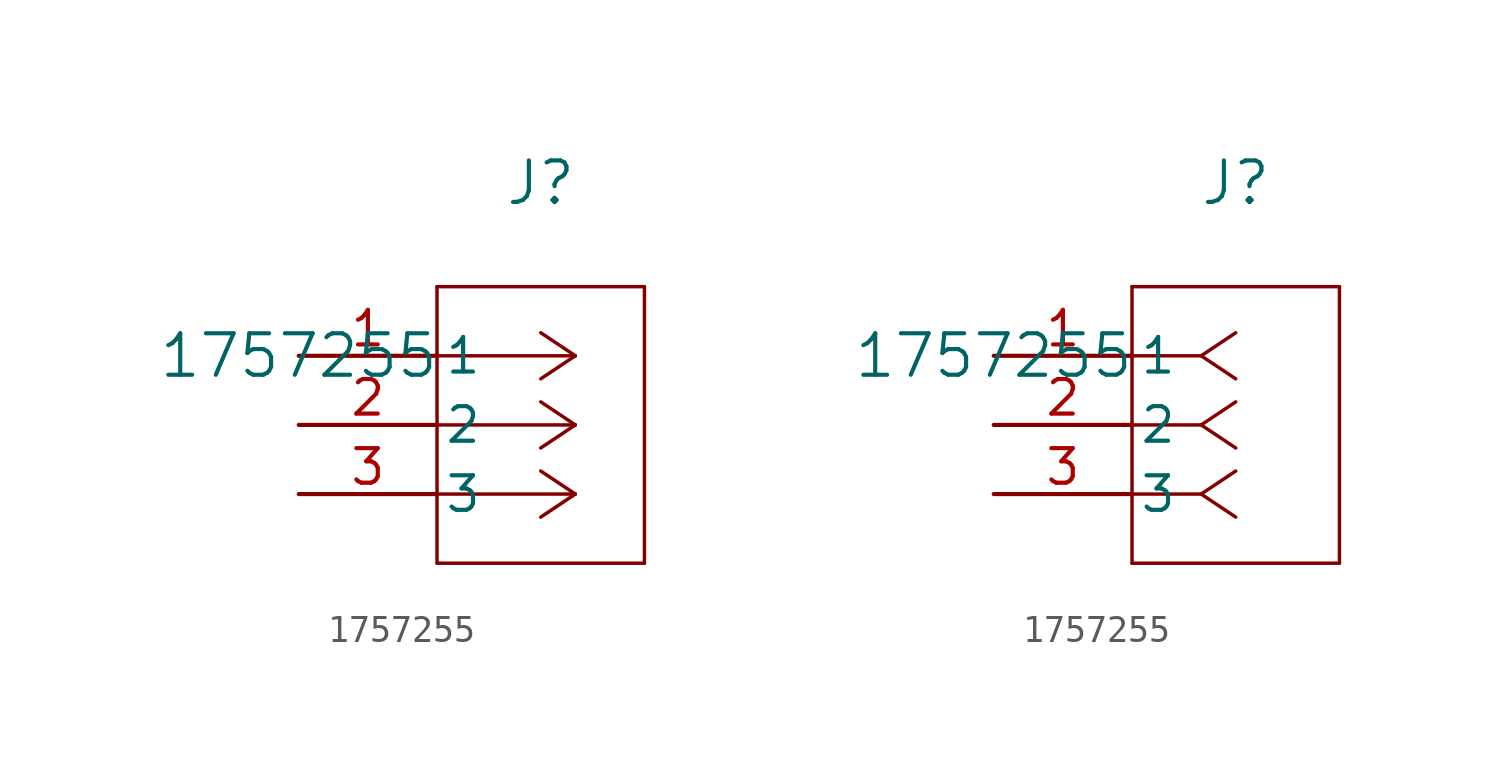
<source format=kicad_sym>
(kicad_symbol_lib
  (version 20211014)
  (generator kicad_symbol_editor)
  (symbol "1757255"
    (pin_names
      (offset 0.254))
    (property "Reference" "J"
      (at 8.89 6.35 0)
      (effects (font (size 1.524 1.524))))
    (property "Value" "1757255"
      (at 0 0 0)
      (effects (font (size 1.524 1.524))))
    (symbol "1757255_1_1"
      (polyline (pts (xy 10.16 0) (xy 5.08 0)) (stroke (width 0.127) (type default) (color 0 0 0 0)) (fill (type none)))
      (polyline (pts (xy 10.16 -2.54) (xy 5.08 -2.54)) (stroke (width 0.127) (type default) (color 0 0 0 0)) (fill (type none)))
      (polyline (pts (xy 10.16 -5.08) (xy 5.08 -5.08)) (stroke (width 0.127) (type default) (color 0 0 0 0)) (fill (type none)))
      (polyline (pts (xy 10.16 0) (xy 8.89 0.847)) (stroke (width 0.127) (type default) (color 0 0 0 0)) (fill (type none)))
      (polyline (pts (xy 10.16 -2.54) (xy 8.89 -1.693)) (stroke (width 0.127) (type default) (color 0 0 0 0)) (fill (type none)))
      (polyline (pts (xy 10.16 -5.08) (xy 8.89 -4.233)) (stroke (width 0.127) (type default) (color 0 0 0 0)) (fill (type none)))
      (polyline (pts (xy 10.16 0) (xy 8.89 -0.847)) (stroke (width 0.127) (type default) (color 0 0 0 0)) (fill (type none)))
      (polyline (pts (xy 10.16 -2.54) (xy 8.89 -3.387)) (stroke (width 0.127) (type default) (color 0 0 0 0)) (fill (type none)))
      (polyline (pts (xy 10.16 -5.08) (xy 8.89 -5.927)) (stroke (width 0.127) (type default) (color 0 0 0 0)) (fill (type none)))
      (polyline (pts (xy 5.08 2.54) (xy 5.08 -7.62)) (stroke (width 0.127) (type default) (color 0 0 0 0)) (fill (type none)))
      (polyline (pts (xy 5.08 -7.62) (xy 12.7 -7.62)) (stroke (width 0.127) (type default) (color 0 0 0 0)) (fill (type none)))
      (polyline (pts (xy 12.7 -7.62) (xy 12.7 2.54)) (stroke (width 0.127) (type default) (color 0 0 0 0)) (fill (type none)))
      (polyline (pts (xy 12.7 2.54) (xy 5.08 2.54)) (stroke (width 0.127) (type default) (color 0 0 0 0)) (fill (type none)))
      (pin unspecified line (at 0 0 0) (length 5.08) (name "1" (effects (font (size 1.27 1.27)))) (number "1" (effects (font (size 1.27 1.27)))))
      (pin unspecified line (at 0 -2.54 0) (length 5.08) (name "2" (effects (font (size 1.27 1.27)))) (number "2" (effects (font (size 1.27 1.27)))))
      (pin unspecified line (at 0 -5.08 0) (length 5.08) (name "3" (effects (font (size 1.27 1.27)))) (number "3" (effects (font (size 1.27 1.27))))))
    (symbol "1757255_1_2"
      (polyline (pts (xy 7.62 0) (xy 5.08 0)) (stroke (width 0.127) (type default) (color 0 0 0 0)) (fill (type none)))
      (polyline (pts (xy 7.62 -2.54) (xy 5.08 -2.54)) (stroke (width 0.127) (type default) (color 0 0 0 0)) (fill (type none)))
      (polyline (pts (xy 7.62 -5.08) (xy 5.08 -5.08)) (stroke (width 0.127) (type default) (color 0 0 0 0)) (fill (type none)))
      (polyline (pts (xy 7.62 0) (xy 8.89 0.847)) (stroke (width 0.127) (type default) (color 0 0 0 0)) (fill (type none)))
      (polyline (pts (xy 7.62 -2.54) (xy 8.89 -1.693)) (stroke (width 0.127) (type default) (color 0 0 0 0)) (fill (type none)))
      (polyline (pts (xy 7.62 -5.08) (xy 8.89 -4.233)) (stroke (width 0.127) (type default) (color 0 0 0 0)) (fill (type none)))
      (polyline (pts (xy 7.62 0) (xy 8.89 -0.847)) (stroke (width 0.127) (type default) (color 0 0 0 0)) (fill (type none)))
      (polyline (pts (xy 7.62 -2.54) (xy 8.89 -3.387)) (stroke (width 0.127) (type default) (color 0 0 0 0)) (fill (type none)))
      (polyline (pts (xy 7.62 -5.08) (xy 8.89 -5.927)) (stroke (width 0.127) (type default) (color 0 0 0 0)) (fill (type none)))
      (polyline (pts (xy 5.08 2.54) (xy 5.08 -7.62)) (stroke (width 0.127) (type default) (color 0 0 0 0)) (fill (type none)))
      (polyline (pts (xy 5.08 -7.62) (xy 12.7 -7.62)) (stroke (width 0.127) (type default) (color 0 0 0 0)) (fill (type none)))
      (polyline (pts (xy 12.7 -7.62) (xy 12.7 2.54)) (stroke (width 0.127) (type default) (color 0 0 0 0)) (fill (type none)))
      (polyline (pts (xy 12.7 2.54) (xy 5.08 2.54)) (stroke (width 0.127) (type default) (color 0 0 0 0)) (fill (type none)))
      (pin unspecified line (at 0 0 0) (length 5.08) (name "1" (effects (font (size 1.27 1.27)))) (number "1" (effects (font (size 1.27 1.27)))))
      (pin unspecified line (at 0 -2.54 0) (length 5.08) (name "2" (effects (font (size 1.27 1.27)))) (number "2" (effects (font (size 1.27 1.27)))))
      (pin unspecified line (at 0 -5.08 0) (length 5.08) (name "3" (effects (font (size 1.27 1.27)))) (number "3" (effects (font (size 1.27 1.27))))))))
</source>
